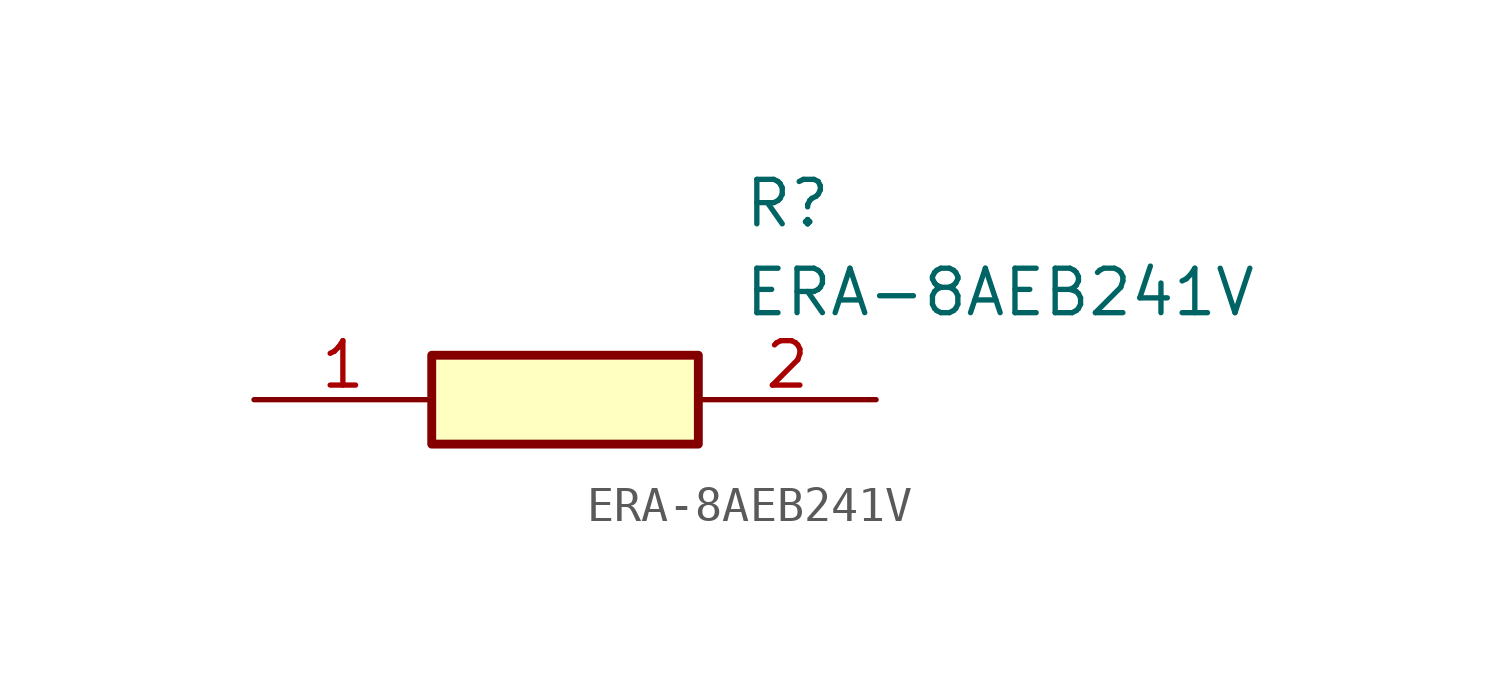
<source format=kicad_sym>
(kicad_symbol_lib
  (version 20211014)
  (generator SamacSys_ECAD_Model)
  (symbol "ERA-8AEB241V"
    (pin_names hide)
    (property "Reference" "R"
      (at 13.97 6.35 0)
      (effects (font (size 1.27 1.27)) (justify left top)))
    (property "Value" "ERA-8AEB241V"
      (at 13.97 3.81 0)
      (effects (font (size 1.27 1.27)) (justify left top)))
    (rectangle
      (start 5.08 1.27)
      (end 12.7 -1.27)
      (stroke (width 0.254) (type default))
      (fill (type background)))
    (pin passive line
      (at 0 0 0)
      (length 5.08)
      (name "1" (effects (font (size 1.27 1.27))))
      (number "1" (effects (font (size 1.27 1.27)))))
    (pin passive line
      (at 17.78 0 180)
      (length 5.08)
      (name "2" (effects (font (size 1.27 1.27))))
      (number "2" (effects (font (size 1.27 1.27)))))))
</source>
